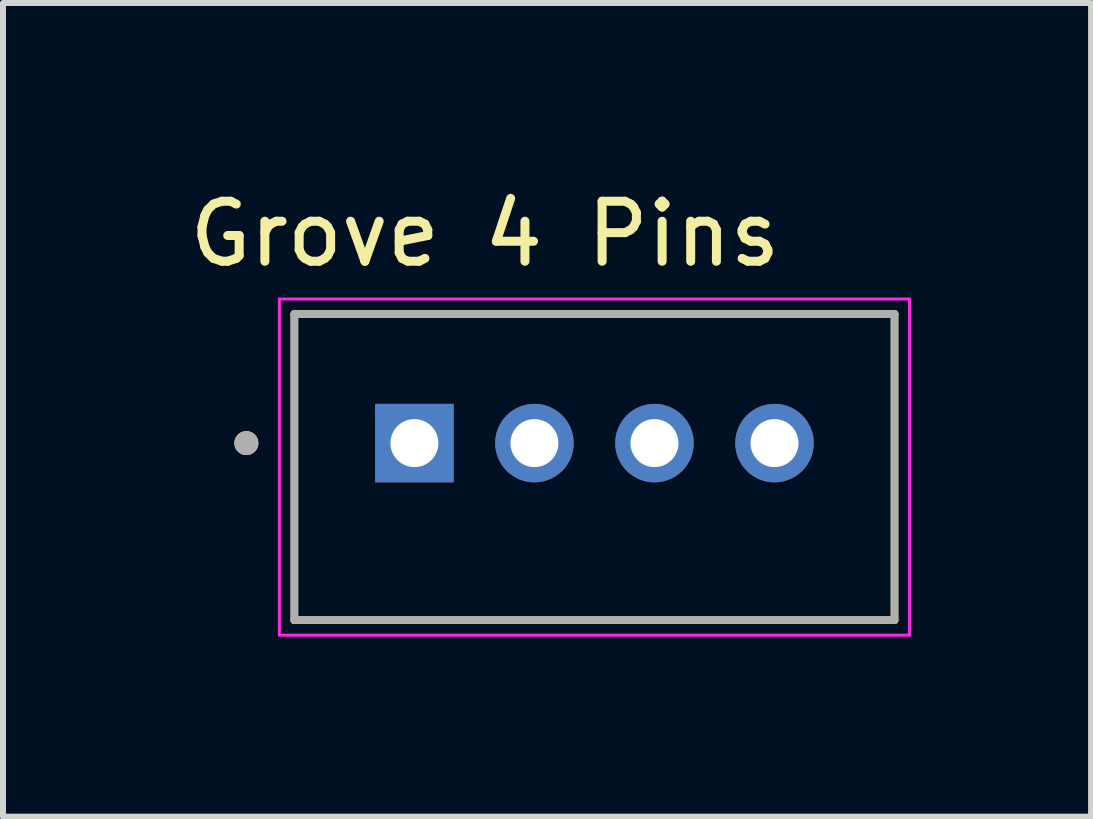
<source format=kicad_pcb>
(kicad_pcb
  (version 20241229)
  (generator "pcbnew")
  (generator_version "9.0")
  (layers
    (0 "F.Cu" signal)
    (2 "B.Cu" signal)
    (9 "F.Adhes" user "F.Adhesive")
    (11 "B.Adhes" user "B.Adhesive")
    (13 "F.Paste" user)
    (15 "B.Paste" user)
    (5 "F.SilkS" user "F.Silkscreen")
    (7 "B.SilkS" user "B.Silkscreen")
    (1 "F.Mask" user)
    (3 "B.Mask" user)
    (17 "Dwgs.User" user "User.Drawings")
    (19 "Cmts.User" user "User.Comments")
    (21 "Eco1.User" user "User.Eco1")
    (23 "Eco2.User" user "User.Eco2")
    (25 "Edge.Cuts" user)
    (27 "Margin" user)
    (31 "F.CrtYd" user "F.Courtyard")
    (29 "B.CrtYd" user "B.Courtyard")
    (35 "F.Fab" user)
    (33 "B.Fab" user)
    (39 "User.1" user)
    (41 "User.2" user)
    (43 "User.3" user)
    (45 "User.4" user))
  (footprint "Grove 4 Pins"
    (layer "F.Cu")
    (at 6.855 4.333)
    (property "Reference" "Grove 4 Pins" (at -1.825 -3.485 0) (layer "F.SilkS") (effects (font (size 1 1) (thickness 0.15))))
    (attr through_hole)
    (fp_line (start -5 -2.15) (end 5 -2.15) (stroke (width 0.127) (type solid)) (layer "F.SilkS"))
    (fp_line (start -5 2.95) (end -5 -2.15) (stroke (width 0.127) (type solid)) (layer "F.SilkS"))
    (fp_line (start 5 -2.15) (end 5 2.95) (stroke (width 0.127) (type solid)) (layer "F.SilkS"))
    (fp_line (start 5 2.95) (end -5 2.95) (stroke (width 0.127) (type solid)) (layer "F.SilkS"))
    (fp_circle (center -5.8 0) (end -5.7 0) (stroke (width 0.2) (type solid)) (fill no) (layer "F.SilkS"))
    (fp_line (start -5.25 -2.4) (end 5.25 -2.4) (stroke (width 0.05) (type solid)) (layer "F.CrtYd"))
    (fp_line (start -5.25 3.2) (end -5.25 -2.4) (stroke (width 0.05) (type solid)) (layer "F.CrtYd"))
    (fp_line (start 5.25 -2.4) (end 5.25 3.2) (stroke (width 0.05) (type solid)) (layer "F.CrtYd"))
    (fp_line (start 5.25 3.2) (end -5.25 3.2) (stroke (width 0.05) (type solid)) (layer "F.CrtYd"))
    (fp_line (start -5 -2.15) (end 5 -2.15) (stroke (width 0.127) (type solid)) (layer "F.Fab"))
    (fp_line (start -5 2.95) (end -5 -2.15) (stroke (width 0.127) (type solid)) (layer "F.Fab"))
    (fp_line (start 5 -2.15) (end 5 2.95) (stroke (width 0.127) (type solid)) (layer "F.Fab"))
    (fp_line (start 5 2.95) (end -5 2.95) (stroke (width 0.127) (type solid)) (layer "F.Fab"))
    (fp_circle (center -5.8 0) (end -5.7 0) (stroke (width 0.2) (type solid)) (fill no) (layer "F.Fab"))
    (pad "1" thru_hole rect (at -3 0) (size 1.308 1.308) (drill 0.8) (layers "*.Cu" "*.Mask"))
    (pad "2" thru_hole circle (at -1 0) (size 1.308 1.308) (drill 0.8) (layers "*.Cu" "*.Mask"))
    (pad "3" thru_hole circle (at 1 0) (size 1.308 1.308) (drill 0.8) (layers "*.Cu" "*.Mask"))
    (pad "4" thru_hole circle (at 3 0) (size 1.308 1.308) (drill 0.8) (layers "*.Cu" "*.Mask")))
  (gr_rect
    (start -3 -3)
    (end 15.13 10.558)
    (stroke (width 0.1) (type default))
    (fill no)
    (layer "Edge.Cuts")))
</source>
